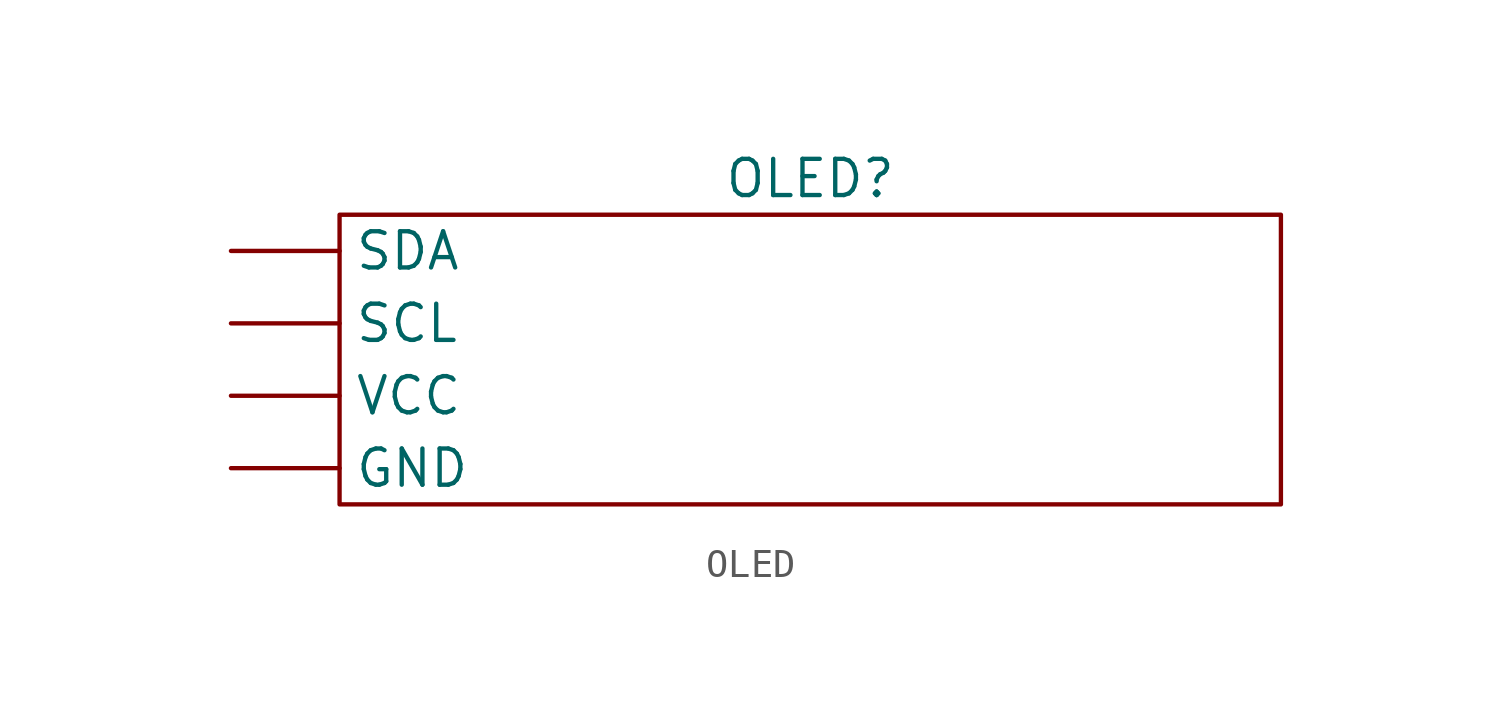
<source format=kicad_sym>
(kicad_symbol_lib
  (version 20231120)
  (generator "kicad_symbol_editor")
  (generator_version "8.0")
  (symbol "OLED"
    (property "Reference" "OLED"
      (at 16.51 1.27 0)
      (effects (font (size 1.27 1.27))))
    (property "Value" ""
      (at 0 0 0)
      (effects (font (size 1.27 1.27))))
    (symbol "OLED_0_1"
      (rectangle (start 0 0) (end 33.02 -10.16) (stroke (width 0) (type default)) (fill (type none))))
    (symbol "OLED_1_1"
      (pin input line (at -3.81 -8.89 0) (length 3.81) (name "GND" (effects (font (size 1.27 1.27)))) (number "" (effects (font (size 1.27 1.27)))))
      (pin input line (at -3.81 -3.81 0) (length 3.81) (name "SCL" (effects (font (size 1.27 1.27)))) (number "" (effects (font (size 1.27 1.27)))))
      (pin bidirectional line (at -3.81 -1.27 0) (length 3.81) (name "SDA" (effects (font (size 1.27 1.27)))) (number "" (effects (font (size 1.27 1.27)))))
      (pin input line (at -3.81 -6.35 0) (length 3.81) (name "VCC" (effects (font (size 1.27 1.27)))) (number "" (effects (font (size 1.27 1.27))))))))
</source>
